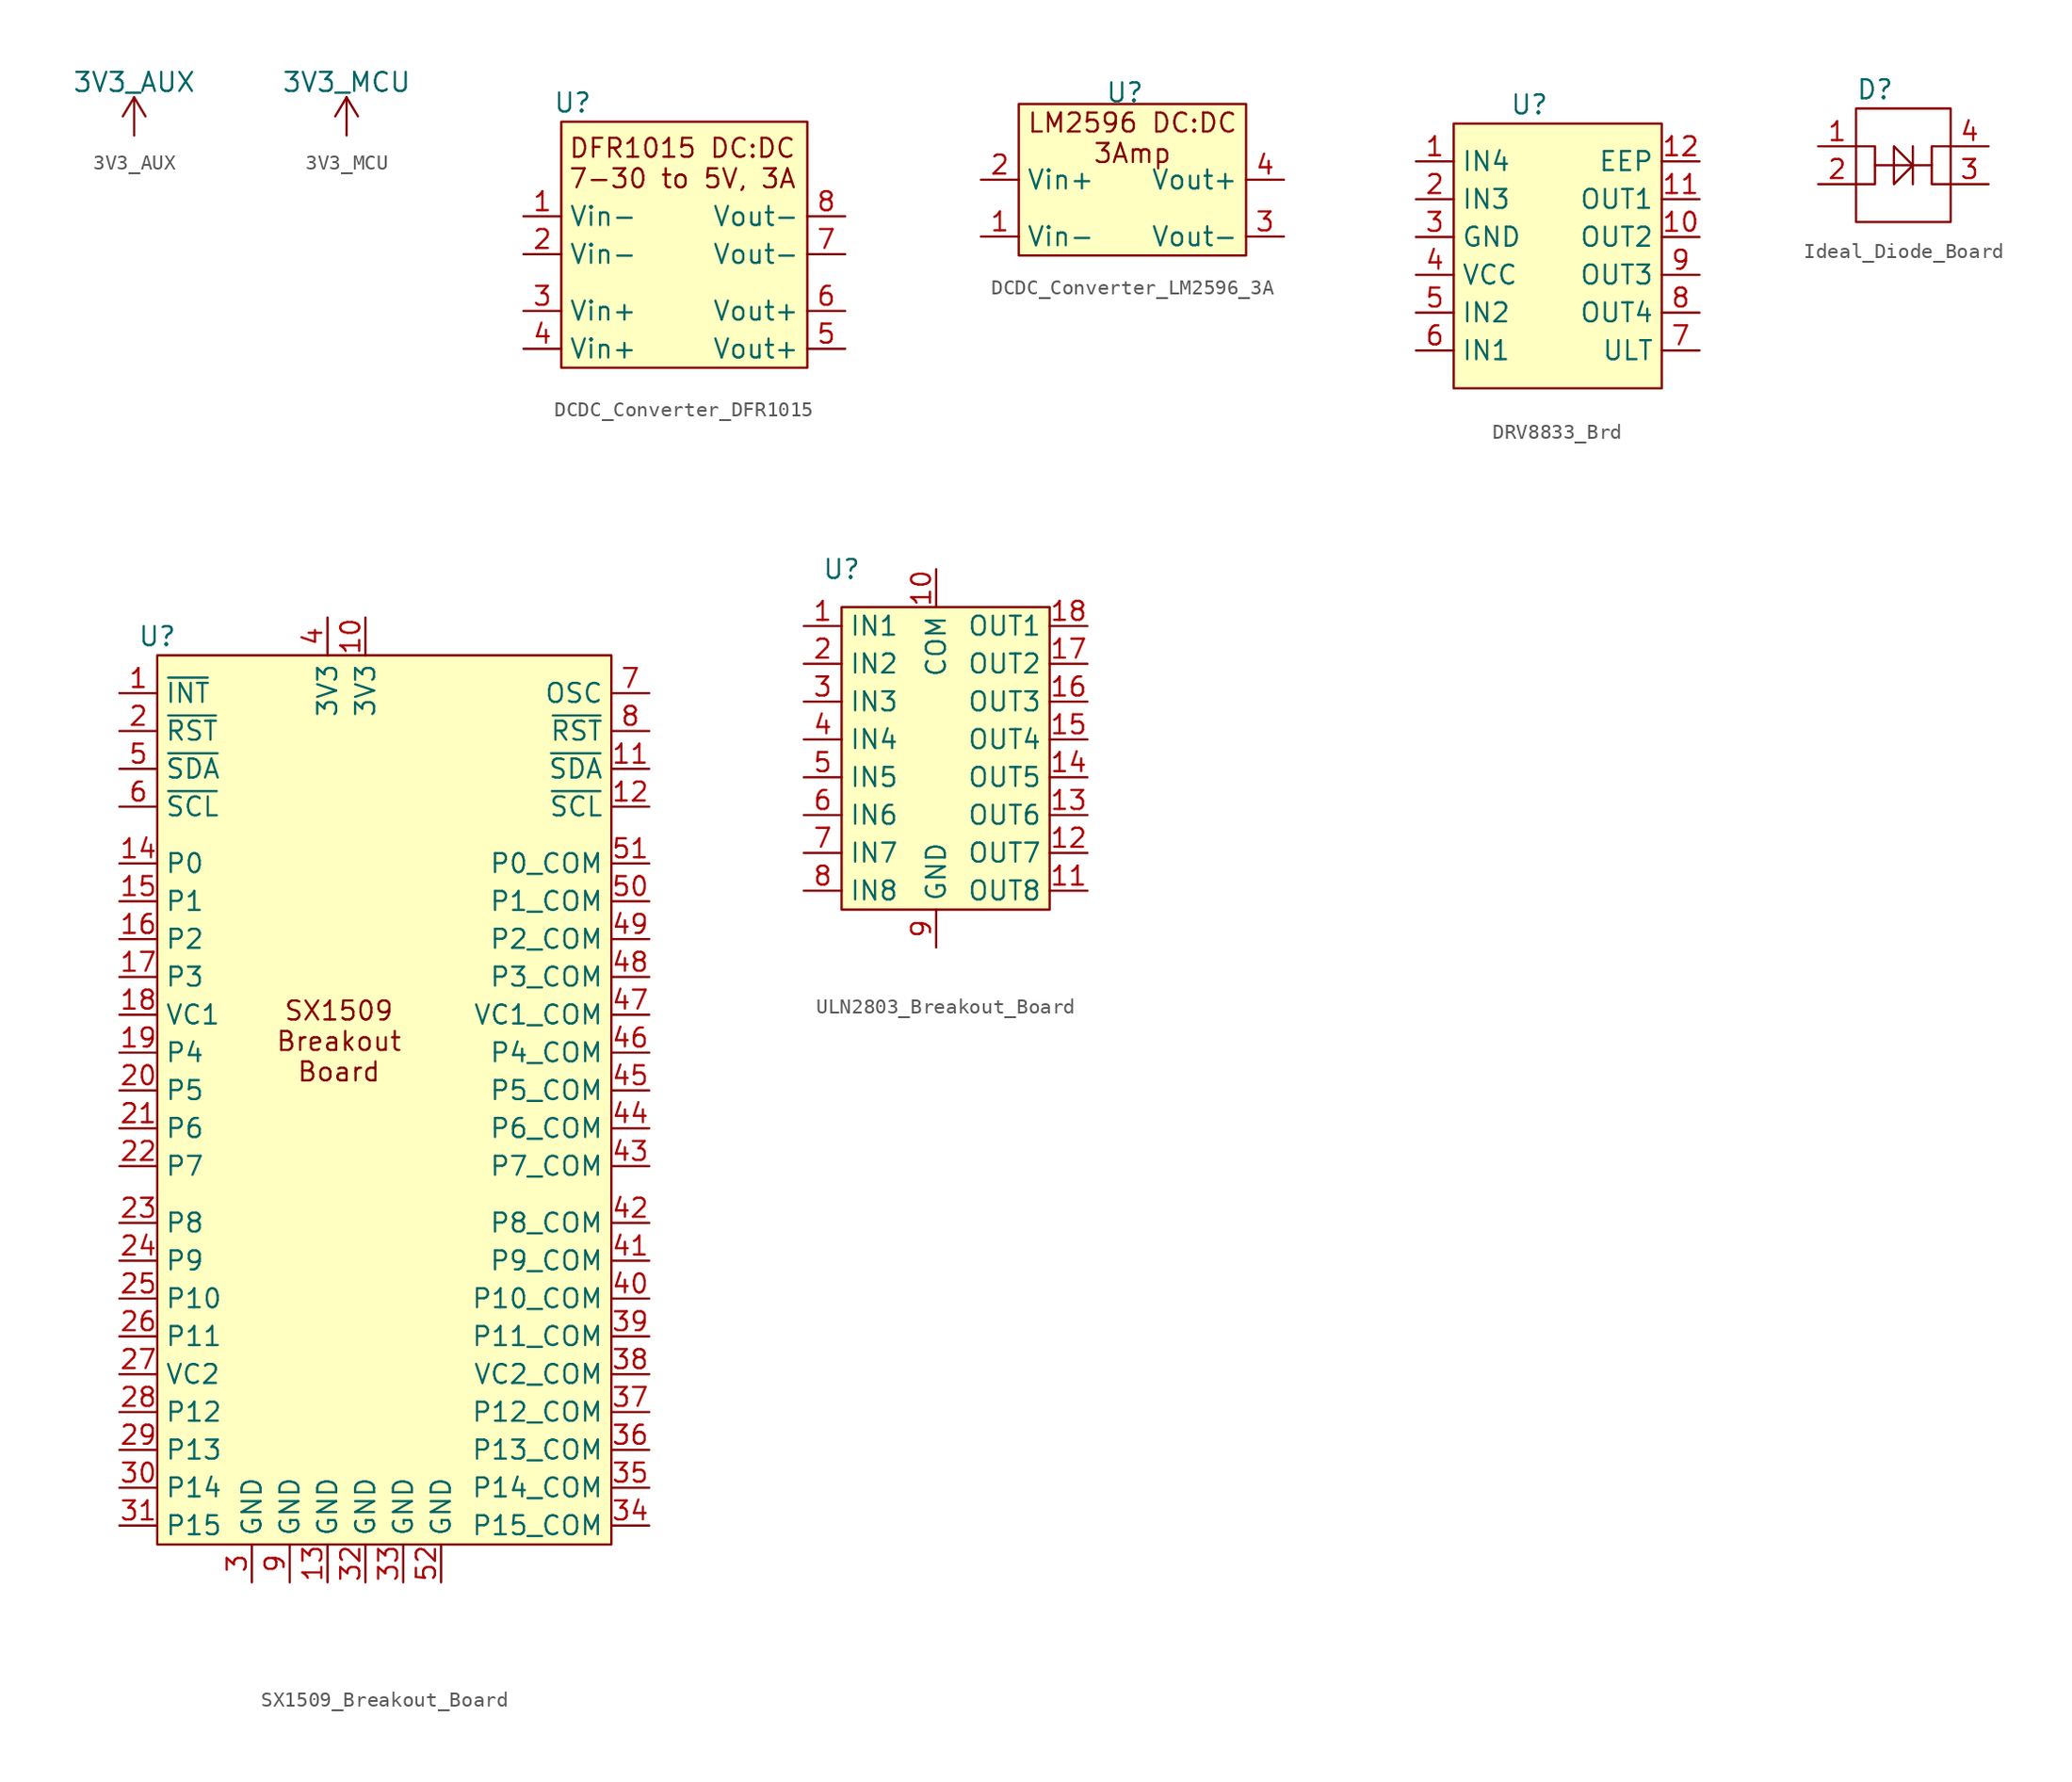
<source format=kicad_sym>
(kicad_symbol_lib
  (version 20241209)
  (generator "kicad_symbol_editor")
  (generator_version "9.0")
  (symbol "3V3_AUX"
    (power)
    (pin_numbers
      (hide yes))
    (pin_names
      (offset 0)
      (hide yes))
    (property "Reference" "#PWR"
      (at 0 -3.81 0)
      (effects (font (size 1.27 1.27)) (hide yes)))
    (property "Value" "3V3_AUX"
      (at 0 3.556 0)
      (effects (font (size 1.27 1.27))))
    (symbol "3V3_AUX_0_1"
      (polyline (pts (xy -0.762 1.27) (xy 0 2.54)) (stroke (width 0) (type default)) (fill (type none)))
      (polyline (pts (xy 0 2.54) (xy 0.762 1.27)) (stroke (width 0) (type default)) (fill (type none)))
      (polyline (pts (xy 0 0) (xy 0 2.54)) (stroke (width 0) (type default)) (fill (type none))))
    (symbol "3V3_AUX_1_1"
      (pin power_in line (at 0 0 90) (length 0) (name "3V3_AUX" (effects (font (size 1.27 1.27)))) (number "1" (effects (font (size 1.27 1.27)))))))
  (symbol "3V3_MCU"
    (power)
    (pin_numbers
      (hide yes))
    (pin_names
      (offset 0)
      (hide yes))
    (property "Reference" "#PWR"
      (at 0 -3.81 0)
      (effects (font (size 1.27 1.27)) (hide yes)))
    (property "Value" "3V3_MCU"
      (at 0 3.556 0)
      (effects (font (size 1.27 1.27))))
    (symbol "3V3_MCU_0_1"
      (polyline (pts (xy -0.762 1.27) (xy 0 2.54)) (stroke (width 0) (type default)) (fill (type none)))
      (polyline (pts (xy 0 2.54) (xy 0.762 1.27)) (stroke (width 0) (type default)) (fill (type none)))
      (polyline (pts (xy 0 0) (xy 0 2.54)) (stroke (width 0) (type default)) (fill (type none))))
    (symbol "3V3_MCU_1_1"
      (pin power_in line (at 0 0 90) (length 0) (name "3V3_MCU" (effects (font (size 1.27 1.27)))) (number "1" (effects (font (size 1.27 1.27)))))))
  (symbol "DCDC_Converter_DFR1015"
    (property "Reference" "U"
      (at 0.762 1.27 0)
      (effects (font (size 1.27 1.27))))
    (property "Value" ""
      (at 0 0 0)
      (effects (font (size 1.27 1.27))))
    (symbol "DCDC_Converter_DFR1015_0_1"
      (rectangle (start 0 0) (end 16.51 -16.51) (stroke (width 0) (type default)) (fill (type color) (color 255 255 194 1))))
    (symbol "DCDC_Converter_DFR1015_1_1"
      (text "DFR1015 DC:DC\n7-30 to 5V, 3A" (at 8.128 -2.794 0) (effects (font (size 1.27 1.27))))
      (pin passive line (at -2.54 -6.35 0) (length 2.54) (name "Vin-" (effects (font (size 1.27 1.27)))) (number "1" (effects (font (size 1.27 1.27)))))
      (pin passive line (at -2.54 -8.89 0) (length 2.54) (name "Vin-" (effects (font (size 1.27 1.27)))) (number "2" (effects (font (size 1.27 1.27)))))
      (pin passive line (at -2.54 -12.7 0) (length 2.54) (name "Vin+" (effects (font (size 1.27 1.27)))) (number "3" (effects (font (size 1.27 1.27)))))
      (pin passive line (at -2.54 -15.24 0) (length 2.54) (name "Vin+" (effects (font (size 1.27 1.27)))) (number "4" (effects (font (size 1.27 1.27)))))
      (pin passive line (at 19.05 -6.35 180) (length 2.54) (name "Vout-" (effects (font (size 1.27 1.27)))) (number "8" (effects (font (size 1.27 1.27)))))
      (pin passive line (at 19.05 -8.89 180) (length 2.54) (name "Vout-" (effects (font (size 1.27 1.27)))) (number "7" (effects (font (size 1.27 1.27)))))
      (pin passive line (at 19.05 -12.7 180) (length 2.54) (name "Vout+" (effects (font (size 1.27 1.27)))) (number "6" (effects (font (size 1.27 1.27)))))
      (pin passive line (at 19.05 -15.24 180) (length 2.54) (name "Vout+" (effects (font (size 1.27 1.27)))) (number "5" (effects (font (size 1.27 1.27)))))))
  (symbol "DCDC_Converter_LM2596_3A"
    (property "Reference" "U"
      (at 7.112 3.302 0)
      (effects (font (size 1.27 1.27))))
    (property "Value" ""
      (at 0 0 0)
      (effects (font (size 1.27 1.27))))
    (symbol "DCDC_Converter_LM2596_3A_1_1"
      (rectangle (start 0 2.54) (end 15.24 -7.62) (stroke (width 0) (type solid)) (fill (type background)))
      (text "LM2596 DC:DC\n3Amp" (at 7.62 0.254 0) (effects (font (size 1.27 1.27))))
      (pin passive line (at -2.54 -2.54 0) (length 2.54) (name "Vin+" (effects (font (size 1.27 1.27)))) (number "2" (effects (font (size 1.27 1.27)))))
      (pin passive line (at -2.54 -6.35 0) (length 2.54) (name "Vin-" (effects (font (size 1.27 1.27)))) (number "1" (effects (font (size 1.27 1.27)))))
      (pin power_out line (at 17.78 -2.54 180) (length 2.54) (name "Vout+" (effects (font (size 1.27 1.27)))) (number "4" (effects (font (size 1.27 1.27)))))
      (pin power_out line (at 17.78 -6.35 180) (length 2.54) (name "Vout-" (effects (font (size 1.27 1.27)))) (number "3" (effects (font (size 1.27 1.27)))))))
  (symbol "DRV8833_Brd"
    (property "Reference" "U"
      (at 0 0 0)
      (effects (font (size 1.27 1.27))))
    (property "Value" ""
      (at 0 0 0)
      (effects (font (size 1.27 1.27))))
    (symbol "DRV8833_Brd_1_1"
      (rectangle (start -5.08 -1.27) (end 8.89 -19.05) (stroke (width 0) (type solid)) (fill (type background)))
      (pin input line (at -7.62 -3.81 0) (length 2.54) (name "IN4" (effects (font (size 1.27 1.27)))) (number "1" (effects (font (size 1.27 1.27)))))
      (pin input line (at -7.62 -6.35 0) (length 2.54) (name "IN3" (effects (font (size 1.27 1.27)))) (number "2" (effects (font (size 1.27 1.27)))))
      (pin power_in line (at -7.62 -8.89 0) (length 2.54) (name "GND" (effects (font (size 1.27 1.27)))) (number "3" (effects (font (size 1.27 1.27)))))
      (pin power_in line (at -7.62 -11.43 0) (length 2.54) (name "VCC" (effects (font (size 1.27 1.27)))) (number "4" (effects (font (size 1.27 1.27)))))
      (pin input line (at -7.62 -13.97 0) (length 2.54) (name "IN2" (effects (font (size 1.27 1.27)))) (number "5" (effects (font (size 1.27 1.27)))))
      (pin input line (at -7.62 -16.51 0) (length 2.54) (name "IN1" (effects (font (size 1.27 1.27)))) (number "6" (effects (font (size 1.27 1.27)))))
      (pin input line (at 11.43 -3.81 180) (length 2.54) (name "EEP" (effects (font (size 1.27 1.27)))) (number "12" (effects (font (size 1.27 1.27)))))
      (pin power_out line (at 11.43 -6.35 180) (length 2.54) (name "OUT1" (effects (font (size 1.27 1.27)))) (number "11" (effects (font (size 1.27 1.27)))))
      (pin power_out line (at 11.43 -8.89 180) (length 2.54) (name "OUT2" (effects (font (size 1.27 1.27)))) (number "10" (effects (font (size 1.27 1.27)))))
      (pin power_out line (at 11.43 -11.43 180) (length 2.54) (name "OUT3" (effects (font (size 1.27 1.27)))) (number "9" (effects (font (size 1.27 1.27)))))
      (pin power_out line (at 11.43 -13.97 180) (length 2.54) (name "OUT4" (effects (font (size 1.27 1.27)))) (number "8" (effects (font (size 1.27 1.27)))))
      (pin input line (at 11.43 -16.51 180) (length 2.54) (name "ULT" (effects (font (size 1.27 1.27)))) (number "7" (effects (font (size 1.27 1.27)))))))
  (symbol "Ideal_Diode_Board"
    (property "Reference" "D"
      (at 0 0 0)
      (effects (font (size 1.27 1.27))))
    (property "Value" ""
      (at 0 0 0)
      (effects (font (size 1.27 1.27))))
    (symbol "Ideal_Diode_Board_0_1"
      (rectangle (start -1.27 -1.27) (end 5.08 -8.89) (stroke (width 0) (type default)) (fill (type none)))
      (polyline (pts (xy -1.27 -3.81) (xy -1.27 -3.81)) (stroke (width 0) (type default)) (fill (type none)))
      (polyline (pts (xy -1.27 -3.81) (xy 0 -3.81) (xy 0 -6.35) (xy -1.27 -6.35)) (stroke (width 0) (type default)) (fill (type none)))
      (polyline (pts (xy 0 -5.08) (xy 3.81 -5.08)) (stroke (width 0) (type default)) (fill (type none)))
      (polyline (pts (xy 1.27 -3.81) (xy 1.27 -6.35) (xy 2.54 -5.08) (xy 1.27 -3.81)) (stroke (width 0) (type default)) (fill (type none)))
      (polyline (pts (xy 2.54 -3.81) (xy 2.54 -6.35)) (stroke (width 0) (type default)) (fill (type none)))
      (polyline (pts (xy 5.08 -3.81) (xy 3.81 -3.81) (xy 3.81 -6.35) (xy 5.08 -6.35)) (stroke (width 0) (type default)) (fill (type none))))
    (symbol "Ideal_Diode_Board_1_1"
      (pin passive line (at -3.81 -3.81 0) (length 2.54) (name "" (effects (font (size 1.27 1.27)))) (number "1" (effects (font (size 1.27 1.27)))))
      (pin passive line (at -3.81 -6.35 0) (length 2.54) (name "" (effects (font (size 1.27 1.27)))) (number "2" (effects (font (size 1.27 1.27)))))
      (pin passive line (at 7.62 -3.81 180) (length 2.54) (name "" (effects (font (size 1.27 1.27)))) (number "4" (effects (font (size 1.27 1.27)))))
      (pin passive line (at 7.62 -6.35 180) (length 2.54) (name "" (effects (font (size 1.27 1.27)))) (number "3" (effects (font (size 1.27 1.27)))))))
  (symbol "SX1509_Breakout_Board"
    (property "Reference" "U"
      (at 0 0 0)
      (effects (font (size 1.27 1.27))))
    (property "Value" ""
      (at 0 0 0)
      (effects (font (size 1.27 1.27))))
    (symbol "SX1509_Breakout_Board_0_1"
      (rectangle (start 0 -1.27) (end 30.48 -60.96) (stroke (width 0) (type default)) (fill (type color) (color 255 255 194 1))))
    (symbol "SX1509_Breakout_Board_1_1"
      (text "SX1509\nBreakout\nBoard" (at 12.192 -27.178 0) (effects (font (size 1.27 1.27))))
      (pin output line (at -2.54 -3.81 0) (length 2.54) (name "~{INT}" (effects (font (size 1.27 1.27)))) (number "1" (effects (font (size 1.27 1.27)))))
      (pin input line (at -2.54 -6.35 0) (length 2.54) (name "~{RST}" (effects (font (size 1.27 1.27)))) (number "2" (effects (font (size 1.27 1.27)))))
      (pin input line (at -2.54 -8.89 0) (length 2.54) (name "~{SDA}" (effects (font (size 1.27 1.27)))) (number "5" (effects (font (size 1.27 1.27)))))
      (pin input line (at -2.54 -11.43 0) (length 2.54) (name "~{SCL}" (effects (font (size 1.27 1.27)))) (number "6" (effects (font (size 1.27 1.27)))))
      (pin bidirectional line (at -2.54 -15.24 0) (length 2.54) (name "P0" (effects (font (size 1.27 1.27)))) (number "14" (effects (font (size 1.27 1.27)))))
      (pin bidirectional line (at -2.54 -17.78 0) (length 2.54) (name "P1" (effects (font (size 1.27 1.27)))) (number "15" (effects (font (size 1.27 1.27)))))
      (pin bidirectional line (at -2.54 -20.32 0) (length 2.54) (name "P2" (effects (font (size 1.27 1.27)))) (number "16" (effects (font (size 1.27 1.27)))))
      (pin bidirectional line (at -2.54 -22.86 0) (length 2.54) (name "P3" (effects (font (size 1.27 1.27)))) (number "17" (effects (font (size 1.27 1.27)))))
      (pin power_in line (at -2.54 -25.4 0) (length 2.54) (name "VC1" (effects (font (size 1.27 1.27)))) (number "18" (effects (font (size 1.27 1.27)))))
      (pin bidirectional line (at -2.54 -27.94 0) (length 2.54) (name "P4" (effects (font (size 1.27 1.27)))) (number "19" (effects (font (size 1.27 1.27)))))
      (pin bidirectional line (at -2.54 -30.48 0) (length 2.54) (name "P5" (effects (font (size 1.27 1.27)))) (number "20" (effects (font (size 1.27 1.27)))))
      (pin bidirectional line (at -2.54 -33.02 0) (length 2.54) (name "P6" (effects (font (size 1.27 1.27)))) (number "21" (effects (font (size 1.27 1.27)))))
      (pin bidirectional line (at -2.54 -35.56 0) (length 2.54) (name "P7" (effects (font (size 1.27 1.27)))) (number "22" (effects (font (size 1.27 1.27)))))
      (pin bidirectional line (at -2.54 -39.37 0) (length 2.54) (name "P8" (effects (font (size 1.27 1.27)))) (number "23" (effects (font (size 1.27 1.27)))))
      (pin bidirectional line (at -2.54 -41.91 0) (length 2.54) (name "P9" (effects (font (size 1.27 1.27)))) (number "24" (effects (font (size 1.27 1.27)))))
      (pin bidirectional line (at -2.54 -44.45 0) (length 2.54) (name "P10" (effects (font (size 1.27 1.27)))) (number "25" (effects (font (size 1.27 1.27)))))
      (pin bidirectional line (at -2.54 -46.99 0) (length 2.54) (name "P11" (effects (font (size 1.27 1.27)))) (number "26" (effects (font (size 1.27 1.27)))))
      (pin power_in line (at -2.54 -49.53 0) (length 2.54) (name "VC2" (effects (font (size 1.27 1.27)))) (number "27" (effects (font (size 1.27 1.27)))))
      (pin bidirectional line (at -2.54 -52.07 0) (length 2.54) (name "P12" (effects (font (size 1.27 1.27)))) (number "28" (effects (font (size 1.27 1.27)))))
      (pin bidirectional line (at -2.54 -54.61 0) (length 2.54) (name "P13" (effects (font (size 1.27 1.27)))) (number "29" (effects (font (size 1.27 1.27)))))
      (pin bidirectional line (at -2.54 -57.15 0) (length 2.54) (name "P14" (effects (font (size 1.27 1.27)))) (number "30" (effects (font (size 1.27 1.27)))))
      (pin bidirectional line (at -2.54 -59.69 0) (length 2.54) (name "P15" (effects (font (size 1.27 1.27)))) (number "31" (effects (font (size 1.27 1.27)))))
      (pin power_in line (at 6.35 -63.5 90) (length 2.54) (name "GND" (effects (font (size 1.27 1.27)))) (number "3" (effects (font (size 1.27 1.27)))))
      (pin power_in line (at 8.89 -63.5 90) (length 2.54) (name "GND" (effects (font (size 1.27 1.27)))) (number "9" (effects (font (size 1.27 1.27)))))
      (pin power_in line (at 11.43 1.27 270) (length 2.54) (name "3V3" (effects (font (size 1.27 1.27)))) (number "4" (effects (font (size 1.27 1.27)))))
      (pin power_in line (at 11.43 -63.5 90) (length 2.54) (name "GND" (effects (font (size 1.27 1.27)))) (number "13" (effects (font (size 1.27 1.27)))))
      (pin power_in line (at 13.97 1.27 270) (length 2.54) (name "3V3" (effects (font (size 1.27 1.27)))) (number "10" (effects (font (size 1.27 1.27)))))
      (pin power_in line (at 13.97 -63.5 90) (length 2.54) (name "GND" (effects (font (size 1.27 1.27)))) (number "32" (effects (font (size 1.27 1.27)))))
      (pin power_in line (at 16.51 -63.5 90) (length 2.54) (name "GND" (effects (font (size 1.27 1.27)))) (number "33" (effects (font (size 1.27 1.27)))))
      (pin power_in line (at 19.05 -63.5 90) (length 2.54) (name "GND" (effects (font (size 1.27 1.27)))) (number "52" (effects (font (size 1.27 1.27)))))
      (pin input line (at 33.02 -3.81 180) (length 2.54) (name "OSC" (effects (font (size 1.27 1.27)))) (number "7" (effects (font (size 1.27 1.27)))))
      (pin input line (at 33.02 -6.35 180) (length 2.54) (name "~{RST}" (effects (font (size 1.27 1.27)))) (number "8" (effects (font (size 1.27 1.27)))))
      (pin input line (at 33.02 -8.89 180) (length 2.54) (name "~{SDA}" (effects (font (size 1.27 1.27)))) (number "11" (effects (font (size 1.27 1.27)))))
      (pin input line (at 33.02 -11.43 180) (length 2.54) (name "~{SCL}" (effects (font (size 1.27 1.27)))) (number "12" (effects (font (size 1.27 1.27)))))
      (pin passive line (at 33.02 -15.24 180) (length 2.54) (name "P0_COM" (effects (font (size 1.27 1.27)))) (number "51" (effects (font (size 1.27 1.27)))))
      (pin passive line (at 33.02 -17.78 180) (length 2.54) (name "P1_COM" (effects (font (size 1.27 1.27)))) (number "50" (effects (font (size 1.27 1.27)))))
      (pin passive line (at 33.02 -20.32 180) (length 2.54) (name "P2_COM" (effects (font (size 1.27 1.27)))) (number "49" (effects (font (size 1.27 1.27)))))
      (pin passive line (at 33.02 -22.86 180) (length 2.54) (name "P3_COM" (effects (font (size 1.27 1.27)))) (number "48" (effects (font (size 1.27 1.27)))))
      (pin passive line (at 33.02 -25.4 180) (length 2.54) (name "VC1_COM" (effects (font (size 1.27 1.27)))) (number "47" (effects (font (size 1.27 1.27)))))
      (pin passive line (at 33.02 -27.94 180) (length 2.54) (name "P4_COM" (effects (font (size 1.27 1.27)))) (number "46" (effects (font (size 1.27 1.27)))))
      (pin passive line (at 33.02 -30.48 180) (length 2.54) (name "P5_COM" (effects (font (size 1.27 1.27)))) (number "45" (effects (font (size 1.27 1.27)))))
      (pin passive line (at 33.02 -33.02 180) (length 2.54) (name "P6_COM" (effects (font (size 1.27 1.27)))) (number "44" (effects (font (size 1.27 1.27)))))
      (pin passive line (at 33.02 -35.56 180) (length 2.54) (name "P7_COM" (effects (font (size 1.27 1.27)))) (number "43" (effects (font (size 1.27 1.27)))))
      (pin passive line (at 33.02 -39.37 180) (length 2.54) (name "P8_COM" (effects (font (size 1.27 1.27)))) (number "42" (effects (font (size 1.27 1.27)))))
      (pin passive line (at 33.02 -41.91 180) (length 2.54) (name "P9_COM" (effects (font (size 1.27 1.27)))) (number "41" (effects (font (size 1.27 1.27)))))
      (pin passive line (at 33.02 -44.45 180) (length 2.54) (name "P10_COM" (effects (font (size 1.27 1.27)))) (number "40" (effects (font (size 1.27 1.27)))))
      (pin passive line (at 33.02 -46.99 180) (length 2.54) (name "P11_COM" (effects (font (size 1.27 1.27)))) (number "39" (effects (font (size 1.27 1.27)))))
      (pin passive line (at 33.02 -49.53 180) (length 2.54) (name "VC2_COM" (effects (font (size 1.27 1.27)))) (number "38" (effects (font (size 1.27 1.27)))))
      (pin passive line (at 33.02 -52.07 180) (length 2.54) (name "P12_COM" (effects (font (size 1.27 1.27)))) (number "37" (effects (font (size 1.27 1.27)))))
      (pin passive line (at 33.02 -54.61 180) (length 2.54) (name "P13_COM" (effects (font (size 1.27 1.27)))) (number "36" (effects (font (size 1.27 1.27)))))
      (pin passive line (at 33.02 -57.15 180) (length 2.54) (name "P14_COM" (effects (font (size 1.27 1.27)))) (number "35" (effects (font (size 1.27 1.27)))))
      (pin passive line (at 33.02 -59.69 180) (length 2.54) (name "P15_COM" (effects (font (size 1.27 1.27)))) (number "34" (effects (font (size 1.27 1.27)))))))
  (symbol "ULN2803_Breakout_Board"
    (property "Reference" "U"
      (at 0 0 0)
      (effects (font (size 1.27 1.27))))
    (property "Value" ""
      (at 0 0 0)
      (effects (font (size 1.27 1.27))))
    (symbol "ULN2803_Breakout_Board_0_1"
      (rectangle (start 0 -2.54) (end 13.97 -22.86) (stroke (width 0) (type default)) (fill (type color) (color 255 255 194 1))))
    (symbol "ULN2803_Breakout_Board_1_1"
      (pin input line (at -2.54 -3.81 0) (length 2.54) (name "IN1" (effects (font (size 1.27 1.27)))) (number "1" (effects (font (size 1.27 1.27)))))
      (pin input line (at -2.54 -6.35 0) (length 2.54) (name "IN2" (effects (font (size 1.27 1.27)))) (number "2" (effects (font (size 1.27 1.27)))))
      (pin input line (at -2.54 -8.89 0) (length 2.54) (name "IN3" (effects (font (size 1.27 1.27)))) (number "3" (effects (font (size 1.27 1.27)))))
      (pin input line (at -2.54 -11.43 0) (length 2.54) (name "IN4" (effects (font (size 1.27 1.27)))) (number "4" (effects (font (size 1.27 1.27)))))
      (pin input line (at -2.54 -13.97 0) (length 2.54) (name "IN5" (effects (font (size 1.27 1.27)))) (number "5" (effects (font (size 1.27 1.27)))))
      (pin input line (at -2.54 -16.51 0) (length 2.54) (name "IN6" (effects (font (size 1.27 1.27)))) (number "6" (effects (font (size 1.27 1.27)))))
      (pin input line (at -2.54 -19.05 0) (length 2.54) (name "IN7" (effects (font (size 1.27 1.27)))) (number "7" (effects (font (size 1.27 1.27)))))
      (pin input line (at -2.54 -21.59 0) (length 2.54) (name "IN8" (effects (font (size 1.27 1.27)))) (number "8" (effects (font (size 1.27 1.27)))))
      (pin passive line (at 6.35 0 270) (length 2.54) (name "COM" (effects (font (size 1.27 1.27)))) (number "10" (effects (font (size 1.27 1.27)))))
      (pin power_in line (at 6.35 -25.4 90) (length 2.54) (name "GND" (effects (font (size 1.27 1.27)))) (number "9" (effects (font (size 1.27 1.27)))))
      (pin output line (at 16.51 -3.81 180) (length 2.54) (name "OUT1" (effects (font (size 1.27 1.27)))) (number "18" (effects (font (size 1.27 1.27)))))
      (pin output line (at 16.51 -6.35 180) (length 2.54) (name "OUT2" (effects (font (size 1.27 1.27)))) (number "17" (effects (font (size 1.27 1.27)))))
      (pin output line (at 16.51 -8.89 180) (length 2.54) (name "OUT3" (effects (font (size 1.27 1.27)))) (number "16" (effects (font (size 1.27 1.27)))))
      (pin output line (at 16.51 -11.43 180) (length 2.54) (name "OUT4" (effects (font (size 1.27 1.27)))) (number "15" (effects (font (size 1.27 1.27)))))
      (pin output line (at 16.51 -13.97 180) (length 2.54) (name "OUT5" (effects (font (size 1.27 1.27)))) (number "14" (effects (font (size 1.27 1.27)))))
      (pin output line (at 16.51 -16.51 180) (length 2.54) (name "OUT6" (effects (font (size 1.27 1.27)))) (number "13" (effects (font (size 1.27 1.27)))))
      (pin output line (at 16.51 -19.05 180) (length 2.54) (name "OUT7" (effects (font (size 1.27 1.27)))) (number "12" (effects (font (size 1.27 1.27)))))
      (pin output line (at 16.51 -21.59 180) (length 2.54) (name "OUT8" (effects (font (size 1.27 1.27)))) (number "11" (effects (font (size 1.27 1.27))))))))
</source>
